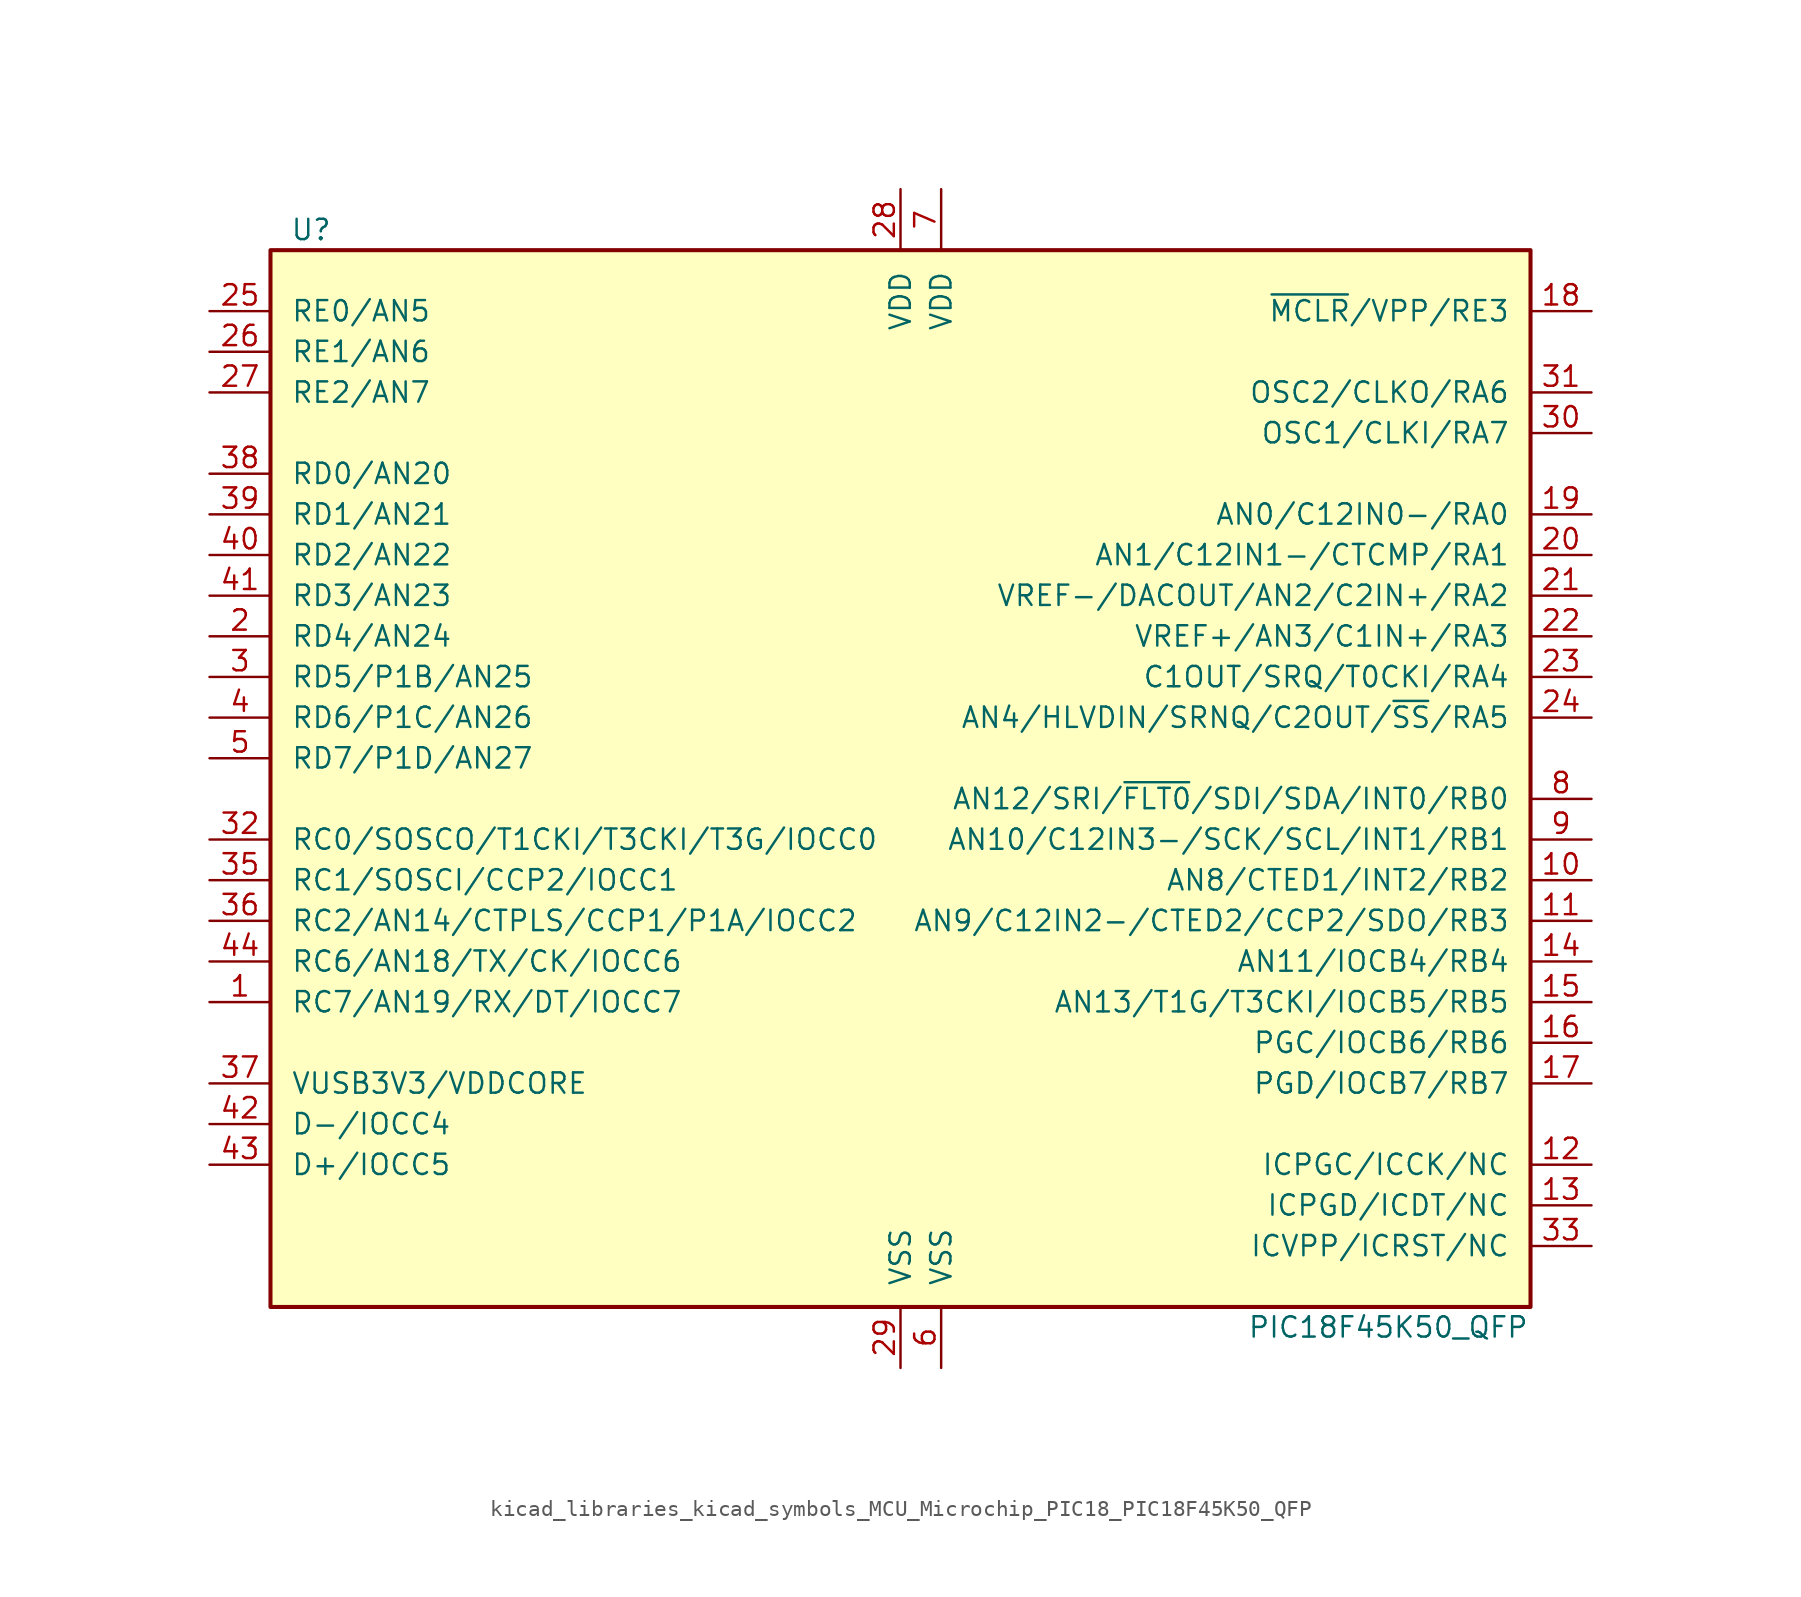
<source format=kicad_sym>
(kicad_symbol_lib
  (version 20220914)
  (generator kicad_symbol_editor)
  (symbol "kicad_libraries_kicad_symbols_MCU_Microchip_PIC18_PIC18F45K50_QFP"
    (pin_names
      (offset 1.27))
    (property "Reference" "U"
      (at -36.83 33.02 0)
      (effects (font (size 1.27 1.27))))
    (property "Value" "PIC18F45K50_QFP"
      (at 30.48 -35.56 0)
      (effects (font (size 1.27 1.27))))
    (symbol "kicad_libraries_kicad_symbols_MCU_Microchip_PIC18_PIC18F45K50_QFP_0_1"
      (rectangle (start -39.37 31.75) (end 39.37 -34.29) (stroke (width 0.254) (type default)) (fill (type background))))
    (symbol "kicad_libraries_kicad_symbols_MCU_Microchip_PIC18_PIC18F45K50_QFP_1_1"
      (pin bidirectional line (at -43.18 -15.24 0) (length 3.81) (name "RC7/AN19/RX/DT/IOCC7" (effects (font (size 1.27 1.27)))) (number "1" (effects (font (size 1.27 1.27)))))
      (pin bidirectional line (at 43.18 -7.62 180) (length 3.81) (name "AN8/CTED1/INT2/RB2" (effects (font (size 1.27 1.27)))) (number "10" (effects (font (size 1.27 1.27)))))
      (pin bidirectional line (at 43.18 -10.16 180) (length 3.81) (name "AN9/C12IN2-/CTED2/CCP2/SDO/RB3" (effects (font (size 1.27 1.27)))) (number "11" (effects (font (size 1.27 1.27)))))
      (pin bidirectional line (at 43.18 -25.4 180) (length 3.81) (name "ICPGC/ICCK/NC" (effects (font (size 1.27 1.27)))) (number "12" (effects (font (size 1.27 1.27)))))
      (pin bidirectional line (at 43.18 -27.94 180) (length 3.81) (name "ICPGD/ICDT/NC" (effects (font (size 1.27 1.27)))) (number "13" (effects (font (size 1.27 1.27)))))
      (pin bidirectional line (at 43.18 -12.7 180) (length 3.81) (name "AN11/IOCB4/RB4" (effects (font (size 1.27 1.27)))) (number "14" (effects (font (size 1.27 1.27)))))
      (pin bidirectional line (at 43.18 -15.24 180) (length 3.81) (name "AN13/T1G/T3CKI/IOCB5/RB5" (effects (font (size 1.27 1.27)))) (number "15" (effects (font (size 1.27 1.27)))))
      (pin bidirectional line (at 43.18 -17.78 180) (length 3.81) (name "PGC/IOCB6/RB6" (effects (font (size 1.27 1.27)))) (number "16" (effects (font (size 1.27 1.27)))))
      (pin bidirectional line (at 43.18 -20.32 180) (length 3.81) (name "PGD/IOCB7/RB7" (effects (font (size 1.27 1.27)))) (number "17" (effects (font (size 1.27 1.27)))))
      (pin input line (at 43.18 27.94 180) (length 3.81) (name "~{MCLR}/VPP/RE3" (effects (font (size 1.27 1.27)))) (number "18" (effects (font (size 1.27 1.27)))))
      (pin bidirectional line (at 43.18 15.24 180) (length 3.81) (name "AN0/C12IN0-/RA0" (effects (font (size 1.27 1.27)))) (number "19" (effects (font (size 1.27 1.27)))))
      (pin bidirectional line (at -43.18 7.62 0) (length 3.81) (name "RD4/AN24" (effects (font (size 1.27 1.27)))) (number "2" (effects (font (size 1.27 1.27)))))
      (pin bidirectional line (at 43.18 12.7 180) (length 3.81) (name "AN1/C12IN1-/CTCMP/RA1" (effects (font (size 1.27 1.27)))) (number "20" (effects (font (size 1.27 1.27)))))
      (pin bidirectional line (at 43.18 10.16 180) (length 3.81) (name "VREF-/DACOUT/AN2/C2IN+/RA2" (effects (font (size 1.27 1.27)))) (number "21" (effects (font (size 1.27 1.27)))))
      (pin bidirectional line (at 43.18 7.62 180) (length 3.81) (name "VREF+/AN3/C1IN+/RA3" (effects (font (size 1.27 1.27)))) (number "22" (effects (font (size 1.27 1.27)))))
      (pin bidirectional line (at 43.18 5.08 180) (length 3.81) (name "C1OUT/SRQ/T0CKI/RA4" (effects (font (size 1.27 1.27)))) (number "23" (effects (font (size 1.27 1.27)))))
      (pin bidirectional line (at 43.18 2.54 180) (length 3.81) (name "AN4/HLVDIN/SRNQ/C2OUT/~{SS}/RA5" (effects (font (size 1.27 1.27)))) (number "24" (effects (font (size 1.27 1.27)))))
      (pin bidirectional line (at -43.18 27.94 0) (length 3.81) (name "RE0/AN5" (effects (font (size 1.27 1.27)))) (number "25" (effects (font (size 1.27 1.27)))))
      (pin bidirectional line (at -43.18 25.4 0) (length 3.81) (name "RE1/AN6" (effects (font (size 1.27 1.27)))) (number "26" (effects (font (size 1.27 1.27)))))
      (pin bidirectional line (at -43.18 22.86 0) (length 3.81) (name "RE2/AN7" (effects (font (size 1.27 1.27)))) (number "27" (effects (font (size 1.27 1.27)))))
      (pin power_in line (at 0 35.56 270) (length 3.81) (name "VDD" (effects (font (size 1.27 1.27)))) (number "28" (effects (font (size 1.27 1.27)))))
      (pin power_in line (at 0 -38.1 90) (length 3.81) (name "VSS" (effects (font (size 1.27 1.27)))) (number "29" (effects (font (size 1.27 1.27)))))
      (pin bidirectional line (at -43.18 5.08 0) (length 3.81) (name "RD5/P1B/AN25" (effects (font (size 1.27 1.27)))) (number "3" (effects (font (size 1.27 1.27)))))
      (pin bidirectional line (at 43.18 20.32 180) (length 3.81) (name "OSC1/CLKI/RA7" (effects (font (size 1.27 1.27)))) (number "30" (effects (font (size 1.27 1.27)))))
      (pin bidirectional line (at 43.18 22.86 180) (length 3.81) (name "OSC2/CLKO/RA6" (effects (font (size 1.27 1.27)))) (number "31" (effects (font (size 1.27 1.27)))))
      (pin bidirectional line (at -43.18 -5.08 0) (length 3.81) (name "RC0/SOSCO/T1CKI/T3CKI/T3G/IOCC0" (effects (font (size 1.27 1.27)))) (number "32" (effects (font (size 1.27 1.27)))))
      (pin bidirectional line (at 43.18 -30.48 180) (length 3.81) (name "ICVPP/ICRST/NC" (effects (font (size 1.27 1.27)))) (number "33" (effects (font (size 1.27 1.27)))))
      (pin no_connect line (at -17.78 -34.29 90) (length 3.81) hide (name "NC" (effects (font (size 1.27 1.27)))) (number "34" (effects (font (size 1.27 1.27)))))
      (pin bidirectional line (at -43.18 -7.62 0) (length 3.81) (name "RC1/SOSCI/CCP2/IOCC1" (effects (font (size 1.27 1.27)))) (number "35" (effects (font (size 1.27 1.27)))))
      (pin bidirectional line (at -43.18 -10.16 0) (length 3.81) (name "RC2/AN14/CTPLS/CCP1/P1A/IOCC2" (effects (font (size 1.27 1.27)))) (number "36" (effects (font (size 1.27 1.27)))))
      (pin power_in line (at -43.18 -20.32 0) (length 3.81) (name "VUSB3V3/VDDCORE" (effects (font (size 1.27 1.27)))) (number "37" (effects (font (size 1.27 1.27)))))
      (pin bidirectional line (at -43.18 17.78 0) (length 3.81) (name "RD0/AN20" (effects (font (size 1.27 1.27)))) (number "38" (effects (font (size 1.27 1.27)))))
      (pin bidirectional line (at -43.18 15.24 0) (length 3.81) (name "RD1/AN21" (effects (font (size 1.27 1.27)))) (number "39" (effects (font (size 1.27 1.27)))))
      (pin bidirectional line (at -43.18 2.54 0) (length 3.81) (name "RD6/P1C/AN26" (effects (font (size 1.27 1.27)))) (number "4" (effects (font (size 1.27 1.27)))))
      (pin bidirectional line (at -43.18 12.7 0) (length 3.81) (name "RD2/AN22" (effects (font (size 1.27 1.27)))) (number "40" (effects (font (size 1.27 1.27)))))
      (pin bidirectional line (at -43.18 10.16 0) (length 3.81) (name "RD3/AN23" (effects (font (size 1.27 1.27)))) (number "41" (effects (font (size 1.27 1.27)))))
      (pin bidirectional line (at -43.18 -22.86 0) (length 3.81) (name "D-/IOCC4" (effects (font (size 1.27 1.27)))) (number "42" (effects (font (size 1.27 1.27)))))
      (pin bidirectional line (at -43.18 -25.4 0) (length 3.81) (name "D+/IOCC5" (effects (font (size 1.27 1.27)))) (number "43" (effects (font (size 1.27 1.27)))))
      (pin bidirectional line (at -43.18 -12.7 0) (length 3.81) (name "RC6/AN18/TX/CK/IOCC6" (effects (font (size 1.27 1.27)))) (number "44" (effects (font (size 1.27 1.27)))))
      (pin bidirectional line (at -43.18 0 0) (length 3.81) (name "RD7/P1D/AN27" (effects (font (size 1.27 1.27)))) (number "5" (effects (font (size 1.27 1.27)))))
      (pin power_in line (at 2.54 -38.1 90) (length 3.81) (name "VSS" (effects (font (size 1.27 1.27)))) (number "6" (effects (font (size 1.27 1.27)))))
      (pin power_in line (at 2.54 35.56 270) (length 3.81) (name "VDD" (effects (font (size 1.27 1.27)))) (number "7" (effects (font (size 1.27 1.27)))))
      (pin bidirectional line (at 43.18 -2.54 180) (length 3.81) (name "AN12/SRI/~{FLT0}/SDI/SDA/INT0/RB0" (effects (font (size 1.27 1.27)))) (number "8" (effects (font (size 1.27 1.27)))))
      (pin bidirectional line (at 43.18 -5.08 180) (length 3.81) (name "AN10/C12IN3-/SCK/SCL/INT1/RB1" (effects (font (size 1.27 1.27)))) (number "9" (effects (font (size 1.27 1.27))))))))
</source>
